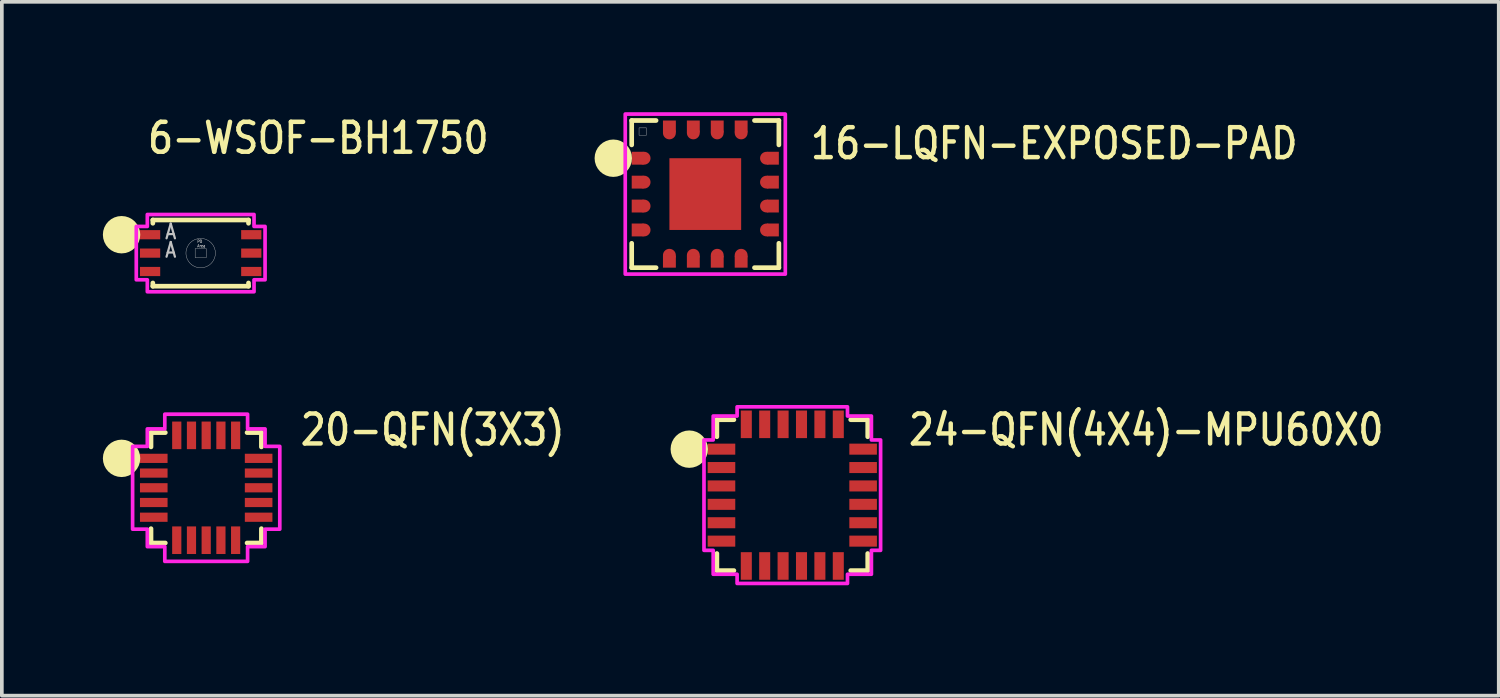
<source format=kicad_pcb>
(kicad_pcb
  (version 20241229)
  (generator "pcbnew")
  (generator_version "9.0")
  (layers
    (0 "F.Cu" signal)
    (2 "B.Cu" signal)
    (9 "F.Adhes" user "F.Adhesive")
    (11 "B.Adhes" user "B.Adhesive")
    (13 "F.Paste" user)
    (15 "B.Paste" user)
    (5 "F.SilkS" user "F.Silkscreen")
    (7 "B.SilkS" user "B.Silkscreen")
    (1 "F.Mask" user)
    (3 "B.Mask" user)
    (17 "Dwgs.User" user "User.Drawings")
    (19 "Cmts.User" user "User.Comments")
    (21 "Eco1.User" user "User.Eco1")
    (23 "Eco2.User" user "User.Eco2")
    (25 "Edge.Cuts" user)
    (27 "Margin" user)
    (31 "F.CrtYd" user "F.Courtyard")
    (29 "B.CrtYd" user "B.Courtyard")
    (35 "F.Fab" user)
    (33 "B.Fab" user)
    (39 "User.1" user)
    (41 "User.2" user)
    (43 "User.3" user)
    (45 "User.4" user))
  (footprint "16-LQFN-EXPOSED-PAD"
    (layer "F.Cu")
    (at 16.118 2.225)
    (property "Reference" "16-LQFN-EXPOSED-PAD" (at 2.8 -0.9 0) (unlocked yes) (layer "F.SilkS") (effects (font (size 0.813 0.695) (thickness 0.122)) (justify left bottom)))
    (fp_circle (center -1.663 -0.975) (end -1.488 -0.975) (stroke (width 0) (type solid)) (fill yes) (layer "F.Cu"))
    (fp_circle (center -1.663 -0.325) (end -1.488 -0.325) (stroke (width 0) (type solid)) (fill yes) (layer "F.Cu"))
    (fp_circle (center -1.663 0.325) (end -1.488 0.325) (stroke (width 0) (type solid)) (fill yes) (layer "F.Cu"))
    (fp_circle (center -1.663 0.975) (end -1.488 0.975) (stroke (width 0) (type solid)) (fill yes) (layer "F.Cu"))
    (fp_circle (center -0.975 -1.663) (end -0.8 -1.663) (stroke (width 0) (type solid)) (fill yes) (layer "F.Cu"))
    (fp_circle (center -0.975 1.663) (end -0.8 1.663) (stroke (width 0) (type solid)) (fill yes) (layer "F.Cu"))
    (fp_circle (center -0.325 -1.663) (end -0.15 -1.663) (stroke (width 0) (type solid)) (fill yes) (layer "F.Cu"))
    (fp_circle (center -0.325 1.663) (end -0.15 1.663) (stroke (width 0) (type solid)) (fill yes) (layer "F.Cu"))
    (fp_circle (center 0.325 -1.663) (end 0.5 -1.663) (stroke (width 0) (type solid)) (fill yes) (layer "F.Cu"))
    (fp_circle (center 0.325 1.663) (end 0.5 1.663) (stroke (width 0) (type solid)) (fill yes) (layer "F.Cu"))
    (fp_circle (center 0.975 -1.663) (end 1.15 -1.663) (stroke (width 0) (type solid)) (fill yes) (layer "F.Cu"))
    (fp_circle (center 0.975 1.663) (end 1.15 1.663) (stroke (width 0) (type solid)) (fill yes) (layer "F.Cu"))
    (fp_circle (center 1.663 -0.975) (end 1.837 -0.975) (stroke (width 0) (type solid)) (fill yes) (layer "F.Cu"))
    (fp_circle (center 1.663 -0.325) (end 1.837 -0.325) (stroke (width 0) (type solid)) (fill yes) (layer "F.Cu"))
    (fp_circle (center 1.663 0.325) (end 1.837 0.325) (stroke (width 0) (type solid)) (fill yes) (layer "F.Cu"))
    (fp_circle (center 1.663 0.975) (end 1.837 0.975) (stroke (width 0) (type solid)) (fill yes) (layer "F.Cu"))
    (fp_poly (pts (xy -2.1 -1.25) (xy -1.688 -1.25) (xy -1.387 -0.975) (xy -1.688 -0.7) (xy -2.1 -0.7)) (stroke (width 0) (type solid)) (fill yes) (layer "F.Mask"))
    (fp_poly (pts (xy -2.1 -0.6) (xy -1.688 -0.6) (xy -1.387 -0.325) (xy -1.688 -0.05) (xy -2.1 -0.05)) (stroke (width 0) (type solid)) (fill yes) (layer "F.Mask"))
    (fp_poly (pts (xy -2.1 0.05) (xy -1.688 0.05) (xy -1.387 0.325) (xy -1.688 0.6) (xy -2.1 0.6)) (stroke (width 0) (type solid)) (fill yes) (layer "F.Mask"))
    (fp_poly (pts (xy -2.1 0.7) (xy -1.688 0.7) (xy -1.387 0.975) (xy -1.688 1.25) (xy -2.1 1.25)) (stroke (width 0) (type solid)) (fill yes) (layer "F.Mask"))
    (fp_poly (pts (xy -1.25 2.1) (xy -1.25 1.688) (xy -0.975 1.387) (xy -0.7 1.688) (xy -0.7 2.1)) (stroke (width 0) (type solid)) (fill yes) (layer "F.Mask"))
    (fp_poly (pts (xy -0.7 -2.1) (xy -0.7 -1.688) (xy -0.975 -1.387) (xy -1.25 -1.688) (xy -1.25 -2.1)) (stroke (width 0) (type solid)) (fill yes) (layer "F.Mask"))
    (fp_poly (pts (xy -0.6 2.1) (xy -0.6 1.688) (xy -0.325 1.387) (xy -0.05 1.688) (xy -0.05 2.1)) (stroke (width 0) (type solid)) (fill yes) (layer "F.Mask"))
    (fp_poly (pts (xy -0.05 -2.1) (xy -0.05 -1.688) (xy -0.325 -1.387) (xy -0.6 -1.688) (xy -0.6 -2.1)) (stroke (width 0) (type solid)) (fill yes) (layer "F.Mask"))
    (fp_poly (pts (xy 0.05 2.1) (xy 0.05 1.688) (xy 0.325 1.387) (xy 0.6 1.688) (xy 0.6 2.1)) (stroke (width 0) (type solid)) (fill yes) (layer "F.Mask"))
    (fp_poly (pts (xy 0.6 -2.1) (xy 0.6 -1.688) (xy 0.325 -1.387) (xy 0.05 -1.688) (xy 0.05 -2.1)) (stroke (width 0) (type solid)) (fill yes) (layer "F.Mask"))
    (fp_poly (pts (xy 0.7 2.1) (xy 0.7 1.688) (xy 0.975 1.387) (xy 1.25 1.688) (xy 1.25 2.1)) (stroke (width 0) (type solid)) (fill yes) (layer "F.Mask"))
    (fp_poly (pts (xy 1.25 -2.1) (xy 1.25 -1.688) (xy 0.975 -1.387) (xy 0.7 -1.688) (xy 0.7 -2.1)) (stroke (width 0) (type solid)) (fill yes) (layer "F.Mask"))
    (fp_poly (pts (xy 2.1 -0.7) (xy 1.688 -0.7) (xy 1.387 -0.975) (xy 1.688 -1.25) (xy 2.1 -1.25)) (stroke (width 0) (type solid)) (fill yes) (layer "F.Mask"))
    (fp_poly (pts (xy 2.1 -0.05) (xy 1.688 -0.05) (xy 1.387 -0.325) (xy 1.688 -0.6) (xy 2.1 -0.6)) (stroke (width 0) (type solid)) (fill yes) (layer "F.Mask"))
    (fp_poly (pts (xy 2.1 0.6) (xy 1.688 0.6) (xy 1.387 0.325) (xy 1.688 0.05) (xy 2.1 0.05)) (stroke (width 0) (type solid)) (fill yes) (layer "F.Mask"))
    (fp_poly (pts (xy 2.1 1.25) (xy 1.688 1.25) (xy 1.387 0.975) (xy 1.688 0.7) (xy 2.1 0.7)) (stroke (width 0) (type solid)) (fill yes) (layer "F.Mask"))
    (fp_line (start -2 -2) (end -1.337 -2) (stroke (width 0.127) (type solid)) (layer "F.SilkS"))
    (fp_line (start -2 -1.337) (end -2 -2) (stroke (width 0.127) (type solid)) (layer "F.SilkS"))
    (fp_line (start -2 2) (end -2 1.337) (stroke (width 0.127) (type solid)) (layer "F.SilkS"))
    (fp_line (start -1.337 2) (end -2 2) (stroke (width 0.127) (type solid)) (layer "F.SilkS"))
    (fp_line (start 1.337 -2) (end 2 -2) (stroke (width 0.127) (type solid)) (layer "F.SilkS"))
    (fp_line (start 2 -2) (end 2 -1.337) (stroke (width 0.127) (type solid)) (layer "F.SilkS"))
    (fp_line (start 2 1.337) (end 2 2) (stroke (width 0.127) (type solid)) (layer "F.SilkS"))
    (fp_line (start 2 2) (end 1.337 2) (stroke (width 0.127) (type solid)) (layer "F.SilkS"))
    (fp_circle (center -2.5 -0.975) (end -2.5 -0.975) (stroke (width 0.508) (type solid)) (fill no) (layer "F.SilkS"))
    (fp_circle (center -1.663 -0.975) (end -1.488 -0.975) (stroke (width 0) (type solid)) (fill yes) (layer "F.Paste"))
    (fp_circle (center -1.663 -0.325) (end -1.488 -0.325) (stroke (width 0) (type solid)) (fill yes) (layer "F.Paste"))
    (fp_circle (center -1.663 0.325) (end -1.488 0.325) (stroke (width 0) (type solid)) (fill yes) (layer "F.Paste"))
    (fp_circle (center -1.663 0.975) (end -1.488 0.975) (stroke (width 0) (type solid)) (fill yes) (layer "F.Paste"))
    (fp_circle (center -0.975 -1.663) (end -0.8 -1.663) (stroke (width 0) (type solid)) (fill yes) (layer "F.Paste"))
    (fp_circle (center -0.975 1.663) (end -0.8 1.663) (stroke (width 0) (type solid)) (fill yes) (layer "F.Paste"))
    (fp_circle (center -0.325 -1.663) (end -0.15 -1.663) (stroke (width 0) (type solid)) (fill yes) (layer "F.Paste"))
    (fp_circle (center -0.325 1.663) (end -0.15 1.663) (stroke (width 0) (type solid)) (fill yes) (layer "F.Paste"))
    (fp_circle (center 0.325 -1.663) (end 0.5 -1.663) (stroke (width 0) (type solid)) (fill yes) (layer "F.Paste"))
    (fp_circle (center 0.325 1.663) (end 0.5 1.663) (stroke (width 0) (type solid)) (fill yes) (layer "F.Paste"))
    (fp_circle (center 0.975 -1.663) (end 1.15 -1.663) (stroke (width 0) (type solid)) (fill yes) (layer "F.Paste"))
    (fp_circle (center 0.975 1.663) (end 1.15 1.663) (stroke (width 0) (type solid)) (fill yes) (layer "F.Paste"))
    (fp_circle (center 1.663 -0.975) (end 1.837 -0.975) (stroke (width 0) (type solid)) (fill yes) (layer "F.Paste"))
    (fp_circle (center 1.663 -0.325) (end 1.837 -0.325) (stroke (width 0) (type solid)) (fill yes) (layer "F.Paste"))
    (fp_circle (center 1.663 0.325) (end 1.837 0.325) (stroke (width 0) (type solid)) (fill yes) (layer "F.Paste"))
    (fp_circle (center 1.663 0.975) (end 1.837 0.975) (stroke (width 0) (type solid)) (fill yes) (layer "F.Paste"))
    (fp_rect (start -1.8 -1.6) (end -1.6 -1.8) (stroke (width 0.01) (type solid)) (fill no) (layer "Dwgs.User"))
    (fp_poly (pts (xy -2.175 -2.175) (xy 2.175 -2.175) (xy 2.175 2.175) (xy -2.175 2.175)) (stroke (width 0.1) (type solid)) (fill no) (layer "F.CrtYd"))
    (pad "P$1" smd rect (at -1.837 -0.975) (size 0.325 0.35) (layers "F.Cu" "F.Paste"))
    (pad "P$2" smd rect (at -1.837 -0.325) (size 0.325 0.35) (layers "F.Cu" "F.Paste"))
    (pad "P$3" smd rect (at -1.837 0.325) (size 0.325 0.35) (layers "F.Cu" "F.Paste"))
    (pad "P$4" smd rect (at -1.837 0.975) (size 0.325 0.35) (layers "F.Cu" "F.Paste"))
    (pad "P$5" smd rect (at -0.975 1.837 90) (size 0.325 0.35) (layers "F.Cu" "F.Paste"))
    (pad "P$6" smd rect (at -0.325 1.837 90) (size 0.325 0.35) (layers "F.Cu" "F.Paste"))
    (pad "P$7" smd rect (at 0.325 1.837 90) (size 0.325 0.35) (layers "F.Cu" "F.Paste"))
    (pad "P$8" smd rect (at 0.975 1.837 90) (size 0.325 0.35) (layers "F.Cu" "F.Paste"))
    (pad "P$9" smd rect (at 1.837 0.975 180) (size 0.325 0.35) (layers "F.Cu" "F.Paste"))
    (pad "P$10" smd rect (at 1.837 0.325 180) (size 0.325 0.35) (layers "F.Cu" "F.Paste"))
    (pad "P$11" smd rect (at 1.837 -0.325 180) (size 0.325 0.35) (layers "F.Cu" "F.Paste"))
    (pad "P$12" smd rect (at 1.837 -0.975 180) (size 0.325 0.35) (layers "F.Cu" "F.Paste"))
    (pad "P$13" smd rect (at 0.975 -1.837 270) (size 0.325 0.35) (layers "F.Cu" "F.Paste"))
    (pad "P$14" smd rect (at 0.325 -1.837 270) (size 0.325 0.35) (layers "F.Cu" "F.Paste"))
    (pad "P$15" smd rect (at -0.325 -1.837 270) (size 0.325 0.35) (layers "F.Cu" "F.Paste"))
    (pad "P$16" smd rect (at -0.975 -1.837 270) (size 0.325 0.35) (layers "F.Cu" "F.Paste"))
    (pad "P$17" smd rect (at 0 0) (size 1.95 1.95) (layers "F.Cu" "F.Mask" "F.Paste")))
  (footprint "20-QFN(3X3)"
    (layer "F.Cu")
    (at 2.554 10.207)
    (property "Reference" "20-QFN(3X3)" (at 2.5 -1.1 0) (unlocked yes) (layer "F.SilkS") (effects (font (size 0.813 0.695) (thickness 0.122)) (justify left bottom)))
    (fp_line (start -1.5 -1.5) (end -1.5 -1.111) (stroke (width 0.127) (type solid)) (layer "F.SilkS"))
    (fp_line (start -1.5 -1.5) (end -1.111 -1.5) (stroke (width 0.127) (type solid)) (layer "F.SilkS"))
    (fp_line (start -1.5 1.5) (end -1.5 1.111) (stroke (width 0.127) (type solid)) (layer "F.SilkS"))
    (fp_line (start -1.111 1.5) (end -1.5 1.5) (stroke (width 0.127) (type solid)) (layer "F.SilkS"))
    (fp_line (start 1.111 -1.5) (end 1.5 -1.5) (stroke (width 0.127) (type solid)) (layer "F.SilkS"))
    (fp_line (start 1.5 -1.5) (end 1.5 -1.111) (stroke (width 0.127) (type solid)) (layer "F.SilkS"))
    (fp_line (start 1.5 1.111) (end 1.5 1.5) (stroke (width 0.127) (type solid)) (layer "F.SilkS"))
    (fp_line (start 1.5 1.5) (end 1.111 1.5) (stroke (width 0.127) (type solid)) (layer "F.SilkS"))
    (fp_circle (center -2.3 -0.8) (end -2.3 -0.8) (stroke (width 0.508) (type solid)) (fill no) (layer "F.SilkS"))
    (fp_poly (pts (xy -2 -1.125) (xy -1.6 -1.125) (xy -1.6 -1.6) (xy -1.125 -1.6) (xy -1.125 -2) (xy 1.125 -2) (xy 1.125 -1.6) (xy 1.6 -1.6) (xy 1.6 -1.125) (xy 2 -1.125) (xy 2 1.125) (xy 1.6 1.125) (xy 1.6 1.6) (xy 1.125 1.6) (xy 1.125 2) (xy -1.125 2) (xy -1.125 1.6) (xy -1.6 1.6) (xy -1.6 1.125) (xy -2 1.125)) (stroke (width 0.1) (type solid)) (fill no) (layer "F.CrtYd"))
    (pad "P$1" smd rect (at -1.425 -0.8) (size 0.75 0.25) (layers "F.Cu" "F.Mask" "F.Paste"))
    (pad "P$2" smd rect (at -1.425 -0.4) (size 0.75 0.25) (layers "F.Cu" "F.Mask" "F.Paste"))
    (pad "P$3" smd rect (at -1.425 0) (size 0.75 0.25) (layers "F.Cu" "F.Mask" "F.Paste"))
    (pad "P$4" smd rect (at -1.425 0.4) (size 0.75 0.25) (layers "F.Cu" "F.Mask" "F.Paste"))
    (pad "P$5" smd rect (at -1.425 0.8) (size 0.75 0.25) (layers "F.Cu" "F.Mask" "F.Paste"))
    (pad "P$6" smd rect (at -0.8 1.425) (size 0.25 0.75) (layers "F.Cu" "F.Mask" "F.Paste"))
    (pad "P$7" smd rect (at -0.4 1.425) (size 0.25 0.75) (layers "F.Cu" "F.Mask" "F.Paste"))
    (pad "P$8" smd rect (at 0 1.425) (size 0.25 0.75) (layers "F.Cu" "F.Mask" "F.Paste"))
    (pad "P$9" smd rect (at 0.4 1.425) (size 0.25 0.75) (layers "F.Cu" "F.Mask" "F.Paste"))
    (pad "P$10" smd rect (at 0.8 1.425) (size 0.25 0.75) (layers "F.Cu" "F.Mask" "F.Paste"))
    (pad "P$11" smd rect (at 1.425 0.8) (size 0.75 0.25) (layers "F.Cu" "F.Mask" "F.Paste"))
    (pad "P$12" smd rect (at 1.425 0.4) (size 0.75 0.25) (layers "F.Cu" "F.Mask" "F.Paste"))
    (pad "P$13" smd rect (at 1.425 0) (size 0.75 0.25) (layers "F.Cu" "F.Mask" "F.Paste"))
    (pad "P$14" smd rect (at 1.425 -0.4) (size 0.75 0.25) (layers "F.Cu" "F.Mask" "F.Paste"))
    (pad "P$15" smd rect (at 1.425 -0.8) (size 0.75 0.25) (layers "F.Cu" "F.Mask" "F.Paste"))
    (pad "P$16" smd rect (at 0.8 -1.425) (size 0.25 0.75) (layers "F.Cu" "F.Mask" "F.Paste"))
    (pad "P$17" smd rect (at 0.4 -1.425) (size 0.25 0.75) (layers "F.Cu" "F.Mask" "F.Paste"))
    (pad "P$18" smd rect (at 0 -1.425) (size 0.25 0.75) (layers "F.Cu" "F.Mask" "F.Paste"))
    (pad "P$19" smd rect (at -0.4 -1.425) (size 0.25 0.75) (layers "F.Cu" "F.Mask" "F.Paste"))
    (pad "P$20" smd rect (at -0.8 -1.425) (size 0.25 0.75) (layers "F.Cu" "F.Mask" "F.Paste")))
  (footprint "24-QFN(4X4)-MPU60X0"
    (layer "F.Cu")
    (at 18.483 10.407)
    (property "Reference" "24-QFN(4X4)-MPU60X0" (at 3.1 -1.3 0) (unlocked yes) (layer "F.SilkS") (effects (font (size 0.813 0.695) (thickness 0.122)) (justify left bottom)))
    (fp_poly (pts (xy -1.45 -1.5) (xy 1.45 -1.5) (xy 1.45 1.5) (xy -1.45 1.5)) (stroke (width 0) (type solid)) (fill yes) (layer "F.Mask"))
    (fp_line (start -2.05 -2.05) (end -2.05 -1.587) (stroke (width 0.127) (type solid)) (layer "F.SilkS"))
    (fp_line (start -2.05 1.587) (end -2.05 2.05) (stroke (width 0.127) (type solid)) (layer "F.SilkS"))
    (fp_line (start -2.05 2.05) (end -1.587 2.05) (stroke (width 0.127) (type solid)) (layer "F.SilkS"))
    (fp_line (start -1.587 -2.05) (end -2.05 -2.05) (stroke (width 0.127) (type solid)) (layer "F.SilkS"))
    (fp_line (start 1.587 2.05) (end 2.05 2.05) (stroke (width 0.127) (type solid)) (layer "F.SilkS"))
    (fp_line (start 2.05 -2.05) (end 1.587 -2.05) (stroke (width 0.127) (type solid)) (layer "F.SilkS"))
    (fp_line (start 2.05 -1.587) (end 2.05 -2.05) (stroke (width 0.127) (type solid)) (layer "F.SilkS"))
    (fp_line (start 2.05 2.05) (end 2.05 1.587) (stroke (width 0.127) (type solid)) (layer "F.SilkS"))
    (fp_circle (center -2.8 -1.25) (end -2.8 -1.25) (stroke (width 0.508) (type solid)) (fill no) (layer "F.SilkS"))
    (fp_poly (pts (xy -2.4 -1.5) (xy -2.15 -1.5) (xy -2.15 -2.15) (xy -1.5 -2.15) (xy -1.5 -2.4) (xy 1.5 -2.4) (xy 1.5 -2.15) (xy 2.15 -2.15) (xy 2.15 -1.5) (xy 2.4 -1.5) (xy 2.4 1.5) (xy 2.15 1.5) (xy 2.15 2.15) (xy 1.5 2.15) (xy 1.5 2.4) (xy -1.5 2.4) (xy -1.5 2.15) (xy -2.15 2.15) (xy -2.15 1.5) (xy -2.4 1.5)) (stroke (width 0.1) (type solid)) (fill no) (layer "F.CrtYd"))
    (pad "P$1" smd rect (at -1.925 -1.25) (size 0.75 0.3) (layers "F.Cu" "F.Mask" "F.Paste"))
    (pad "P$2" smd rect (at -1.925 -0.75) (size 0.75 0.3) (layers "F.Cu" "F.Mask" "F.Paste"))
    (pad "P$3" smd rect (at -1.925 -0.25) (size 0.75 0.3) (layers "F.Cu" "F.Mask" "F.Paste"))
    (pad "P$4" smd rect (at -1.925 0.25) (size 0.75 0.3) (layers "F.Cu" "F.Mask" "F.Paste"))
    (pad "P$5" smd rect (at -1.925 0.75) (size 0.75 0.3) (layers "F.Cu" "F.Mask" "F.Paste"))
    (pad "P$6" smd rect (at -1.925 1.25) (size 0.75 0.3) (layers "F.Cu" "F.Mask" "F.Paste"))
    (pad "P$7" smd rect (at -1.25 1.925) (size 0.3 0.75) (layers "F.Cu" "F.Mask" "F.Paste"))
    (pad "P$8" smd rect (at -0.75 1.925) (size 0.3 0.75) (layers "F.Cu" "F.Mask" "F.Paste"))
    (pad "P$9" smd rect (at -0.25 1.925) (size 0.3 0.75) (layers "F.Cu" "F.Mask" "F.Paste"))
    (pad "P$10" smd rect (at 0.25 1.925) (size 0.3 0.75) (layers "F.Cu" "F.Mask" "F.Paste"))
    (pad "P$11" smd rect (at 0.75 1.925) (size 0.3 0.75) (layers "F.Cu" "F.Mask" "F.Paste"))
    (pad "P$12" smd rect (at 1.25 1.925) (size 0.3 0.75) (layers "F.Cu" "F.Mask" "F.Paste"))
    (pad "P$13" smd rect (at 1.925 1.25) (size 0.75 0.3) (layers "F.Cu" "F.Mask" "F.Paste"))
    (pad "P$14" smd rect (at 1.925 0.75) (size 0.75 0.3) (layers "F.Cu" "F.Mask" "F.Paste"))
    (pad "P$15" smd rect (at 1.925 0.25) (size 0.75 0.3) (layers "F.Cu" "F.Mask" "F.Paste"))
    (pad "P$16" smd rect (at 1.925 -0.25) (size 0.75 0.3) (layers "F.Cu" "F.Mask" "F.Paste"))
    (pad "P$17" smd rect (at 1.925 -0.75) (size 0.75 0.3) (layers "F.Cu" "F.Mask" "F.Paste"))
    (pad "P$18" smd rect (at 1.925 -1.25) (size 0.75 0.3) (layers "F.Cu" "F.Mask" "F.Paste"))
    (pad "P$19" smd rect (at 1.25 -1.925) (size 0.3 0.75) (layers "F.Cu" "F.Mask" "F.Paste"))
    (pad "P$20" smd rect (at 0.75 -1.925) (size 0.3 0.75) (layers "F.Cu" "F.Mask" "F.Paste"))
    (pad "P$21" smd rect (at 0.25 -1.925) (size 0.3 0.75) (layers "F.Cu" "F.Mask" "F.Paste"))
    (pad "P$22" smd rect (at -0.25 -1.925) (size 0.3 0.75) (layers "F.Cu" "F.Mask" "F.Paste"))
    (pad "P$23" smd rect (at -0.75 -1.925) (size 0.3 0.75) (layers "F.Cu" "F.Mask" "F.Paste"))
    (pad "P$24" smd rect (at -1.25 -1.925) (size 0.3 0.75) (layers "F.Cu" "F.Mask" "F.Paste")))
  (footprint "6-WSOF-BH1750"
    (layer "F.Cu")
    (at 2.404 3.829)
    (property "Reference" "6-WSOF-BH1750" (at -1.5 -2.65 0) (unlocked yes) (layer "F.SilkS") (effects (font (size 0.813 0.695) (thickness 0.122)) (justify left bottom)))
    (fp_line (start -1.3 -0.9) (end -1.3 -0.811) (stroke (width 0.127) (type solid)) (layer "F.SilkS"))
    (fp_line (start -1.3 -0.9) (end 1.3 -0.9) (stroke (width 0.127) (type solid)) (layer "F.SilkS"))
    (fp_line (start -1.3 0.9) (end -1.3 0.811) (stroke (width 0.127) (type solid)) (layer "F.SilkS"))
    (fp_line (start -1.3 0.9) (end 1.3 0.9) (stroke (width 0.127) (type solid)) (layer "F.SilkS"))
    (fp_line (start 1.3 -0.9) (end 1.3 -0.811) (stroke (width 0.127) (type solid)) (layer "F.SilkS"))
    (fp_line (start 1.3 0.9) (end 1.3 0.811) (stroke (width 0.127) (type solid)) (layer "F.SilkS"))
    (fp_circle (center -2.15 -0.5) (end -2.15 -0.5) (stroke (width 0.508) (type solid)) (fill no) (layer "F.SilkS"))
    (fp_rect (start -0.15 0.125) (end 0.15 -0.125) (stroke (width 0.01) (type solid)) (fill no) (layer "Dwgs.User"))
    (fp_circle (center 0 0) (end 0.4 0) (stroke (width 0.01) (type solid)) (fill no) (layer "Dwgs.User"))
    (fp_poly (pts (xy -1.75 -0.725) (xy -1.45 -0.725) (xy -1.45 -1.05) (xy 1.45 -1.05) (xy 1.45 -0.725) (xy 1.75 -0.725) (xy 1.75 0.725) (xy 1.45 0.725) (xy 1.45 1.05) (xy -1.45 1.05) (xy -1.45 0.725) (xy -1.75 0.725)) (stroke (width 0.1) (type solid)) (fill no) (layer "F.CrtYd"))
    (fp_text user "Area" (at -0.1 -0.15 0) (unlocked yes) (layer "Dwgs.User") (effects (font (size 0.08 0.068) (thickness 0.012)) (justify left bottom)))
    (fp_text user "PD " (at -0.1 -0.27 0) (unlocked yes) (layer "Dwgs.User") (effects (font (size 0.08 0.068) (thickness 0.012)) (justify left bottom)))
    (fp_text user "A" (at -1 -0.35 0) (unlocked yes) (layer "Dwgs.User") (effects (font (size 0.4 0.342) (thickness 0.06)) (justify left bottom)))
    (fp_text user "A" (at -1 0.15 0) (unlocked yes) (layer "Dwgs.User") (effects (font (size 0.4 0.342) (thickness 0.06)) (justify left bottom)))
    (pad "P$1" smd rect (at -1.375 -0.5) (size 0.55 0.25) (layers "F.Cu" "F.Mask" "F.Paste"))
    (pad "P$2" smd rect (at -1.375 0) (size 0.55 0.25) (layers "F.Cu" "F.Mask" "F.Paste"))
    (pad "P$3" smd rect (at -1.375 0.5) (size 0.55 0.25) (layers "F.Cu" "F.Mask" "F.Paste"))
    (pad "P$4" smd rect (at 1.375 0.5) (size 0.55 0.25) (layers "F.Cu" "F.Mask" "F.Paste"))
    (pad "P$5" smd rect (at 1.375 0) (size 0.55 0.25) (layers "F.Cu" "F.Mask" "F.Paste"))
    (pad "P$6" smd rect (at 1.375 -0.5) (size 0.55 0.25) (layers "F.Cu" "F.Mask" "F.Paste")))
  (gr_rect
    (start -3 -3)
    (end 37.683 15.857)
    (stroke (width 0.1) (type default))
    (fill no)
    (layer "Edge.Cuts")))
</source>
